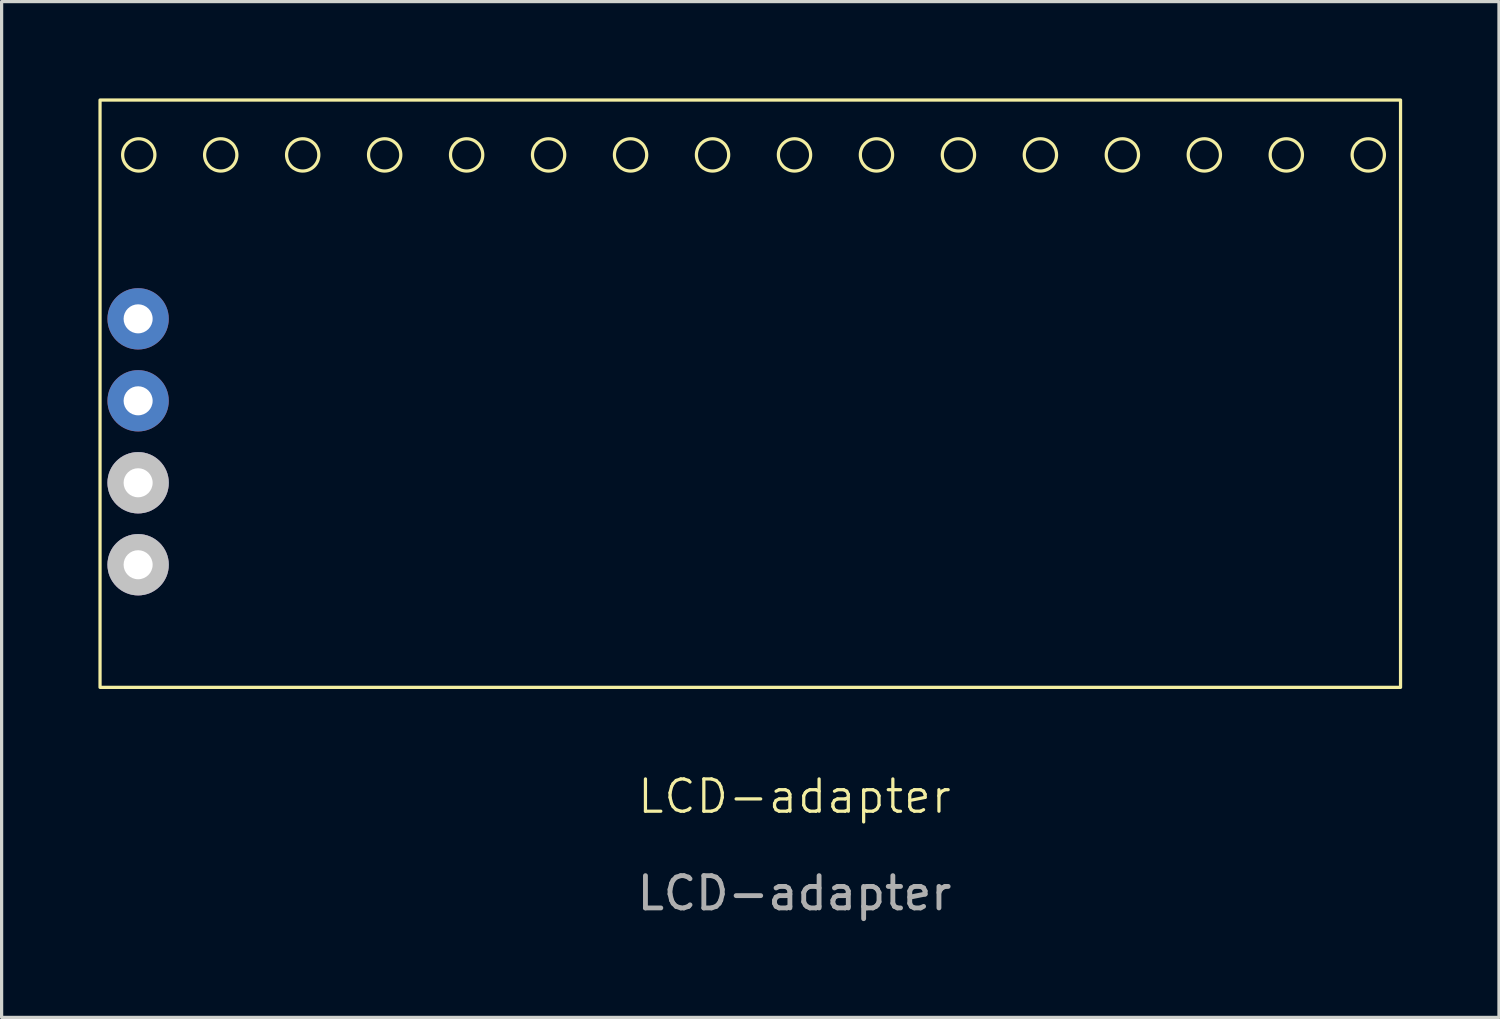
<source format=kicad_pcb>
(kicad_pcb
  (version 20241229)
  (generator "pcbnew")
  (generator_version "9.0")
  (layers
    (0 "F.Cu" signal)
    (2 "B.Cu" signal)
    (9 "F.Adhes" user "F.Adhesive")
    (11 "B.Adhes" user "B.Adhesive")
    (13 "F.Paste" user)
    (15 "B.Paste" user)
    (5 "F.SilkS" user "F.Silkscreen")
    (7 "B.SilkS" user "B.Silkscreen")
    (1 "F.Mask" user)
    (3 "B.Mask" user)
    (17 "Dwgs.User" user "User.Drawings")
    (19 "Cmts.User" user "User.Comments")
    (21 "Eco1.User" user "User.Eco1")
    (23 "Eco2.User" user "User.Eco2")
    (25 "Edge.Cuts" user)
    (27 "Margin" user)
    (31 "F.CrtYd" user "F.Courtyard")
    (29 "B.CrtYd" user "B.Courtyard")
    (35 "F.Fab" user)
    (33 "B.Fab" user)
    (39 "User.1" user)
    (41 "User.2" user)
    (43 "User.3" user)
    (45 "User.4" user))
  (footprint "LCD-adapter"
    (layer "F.Cu")
    (at 21.48 18.29)
    (property "Reference" "LCD-adapter" (at 0.09 3.34 0) (unlocked yes) (layer "F.SilkS") (effects (font (size 1 1) (thickness 0.1))))
    (attr smd)
    (fp_rect (start -21.43 -18.24) (end 18.87 -0.04) (stroke (width 0.1) (type default)) (fill no) (layer "F.SilkS"))
    (fp_circle (center -20.23 -16.54) (end -20.23 -16.04) (stroke (width 0.1) (type default)) (fill no) (layer "F.SilkS"))
    (fp_circle (center -17.69 -16.54) (end -17.69 -16.04) (stroke (width 0.1) (type default)) (fill no) (layer "F.SilkS"))
    (fp_circle (center -15.15 -16.54) (end -15.15 -16.04) (stroke (width 0.1) (type default)) (fill no) (layer "F.SilkS"))
    (fp_circle (center -12.61 -16.54) (end -12.61 -16.04) (stroke (width 0.1) (type default)) (fill no) (layer "F.SilkS"))
    (fp_circle (center -10.07 -16.54) (end -10.07 -16.04) (stroke (width 0.1) (type default)) (fill no) (layer "F.SilkS"))
    (fp_circle (center -7.53 -16.54) (end -7.53 -16.04) (stroke (width 0.1) (type default)) (fill no) (layer "F.SilkS"))
    (fp_circle (center -4.99 -16.54) (end -4.99 -16.04) (stroke (width 0.1) (type default)) (fill no) (layer "F.SilkS"))
    (fp_circle (center -2.45 -16.54) (end -2.45 -16.04) (stroke (width 0.1) (type default)) (fill no) (layer "F.SilkS"))
    (fp_circle (center 0.09 -16.54) (end 0.09 -16.04) (stroke (width 0.1) (type default)) (fill no) (layer "F.SilkS"))
    (fp_circle (center 2.63 -16.54) (end 2.63 -16.04) (stroke (width 0.1) (type default)) (fill no) (layer "F.SilkS"))
    (fp_circle (center 5.17 -16.54) (end 5.17 -16.04) (stroke (width 0.1) (type default)) (fill no) (layer "F.SilkS"))
    (fp_circle (center 7.71 -16.54) (end 7.71 -16.04) (stroke (width 0.1) (type default)) (fill no) (layer "F.SilkS"))
    (fp_circle (center 10.25 -16.54) (end 10.25 -16.04) (stroke (width 0.1) (type default)) (fill no) (layer "F.SilkS"))
    (fp_circle (center 12.79 -16.54) (end 12.79 -16.04) (stroke (width 0.1) (type default)) (fill no) (layer "F.SilkS"))
    (fp_circle (center 15.33 -16.54) (end 15.33 -16.04) (stroke (width 0.1) (type default)) (fill no) (layer "F.SilkS"))
    (fp_circle (center 17.87 -16.54) (end 17.87 -16.04) (stroke (width 0.1) (type default)) (fill no) (layer "F.SilkS"))
    (fp_text user "${REFERENCE}" (at 0.09 6.34 0) (unlocked yes) (layer "F.Fab") (effects (font (size 1 1) (thickness 0.15))))
    (pad "17" thru_hole circle (at -20.25 -11.46) (size 1.9 1.9) (drill 0.9) (layers "*.Cu" "*.Mask"))
    (pad "18" thru_hole circle (at -20.25 -8.92) (size 1.9 1.9) (drill 0.9) (layers "*.Cu" "*.Mask"))
    (pad "19" thru_hole circle (at -20.25 -6.38) (size 1.9 1.9) (drill 0.9) (layers "*.Cu" "*.Mask" "Dwgs.User"))
    (pad "20" thru_hole circle (at -20.25 -3.84) (size 1.9 1.9) (drill 0.9) (layers "*.Cu" "*.Mask" "Dwgs.User")))
  (gr_rect
    (start -3 -3)
    (end 43.4 28.478)
    (stroke (width 0.1) (type default))
    (fill no)
    (layer "Edge.Cuts")))
</source>
